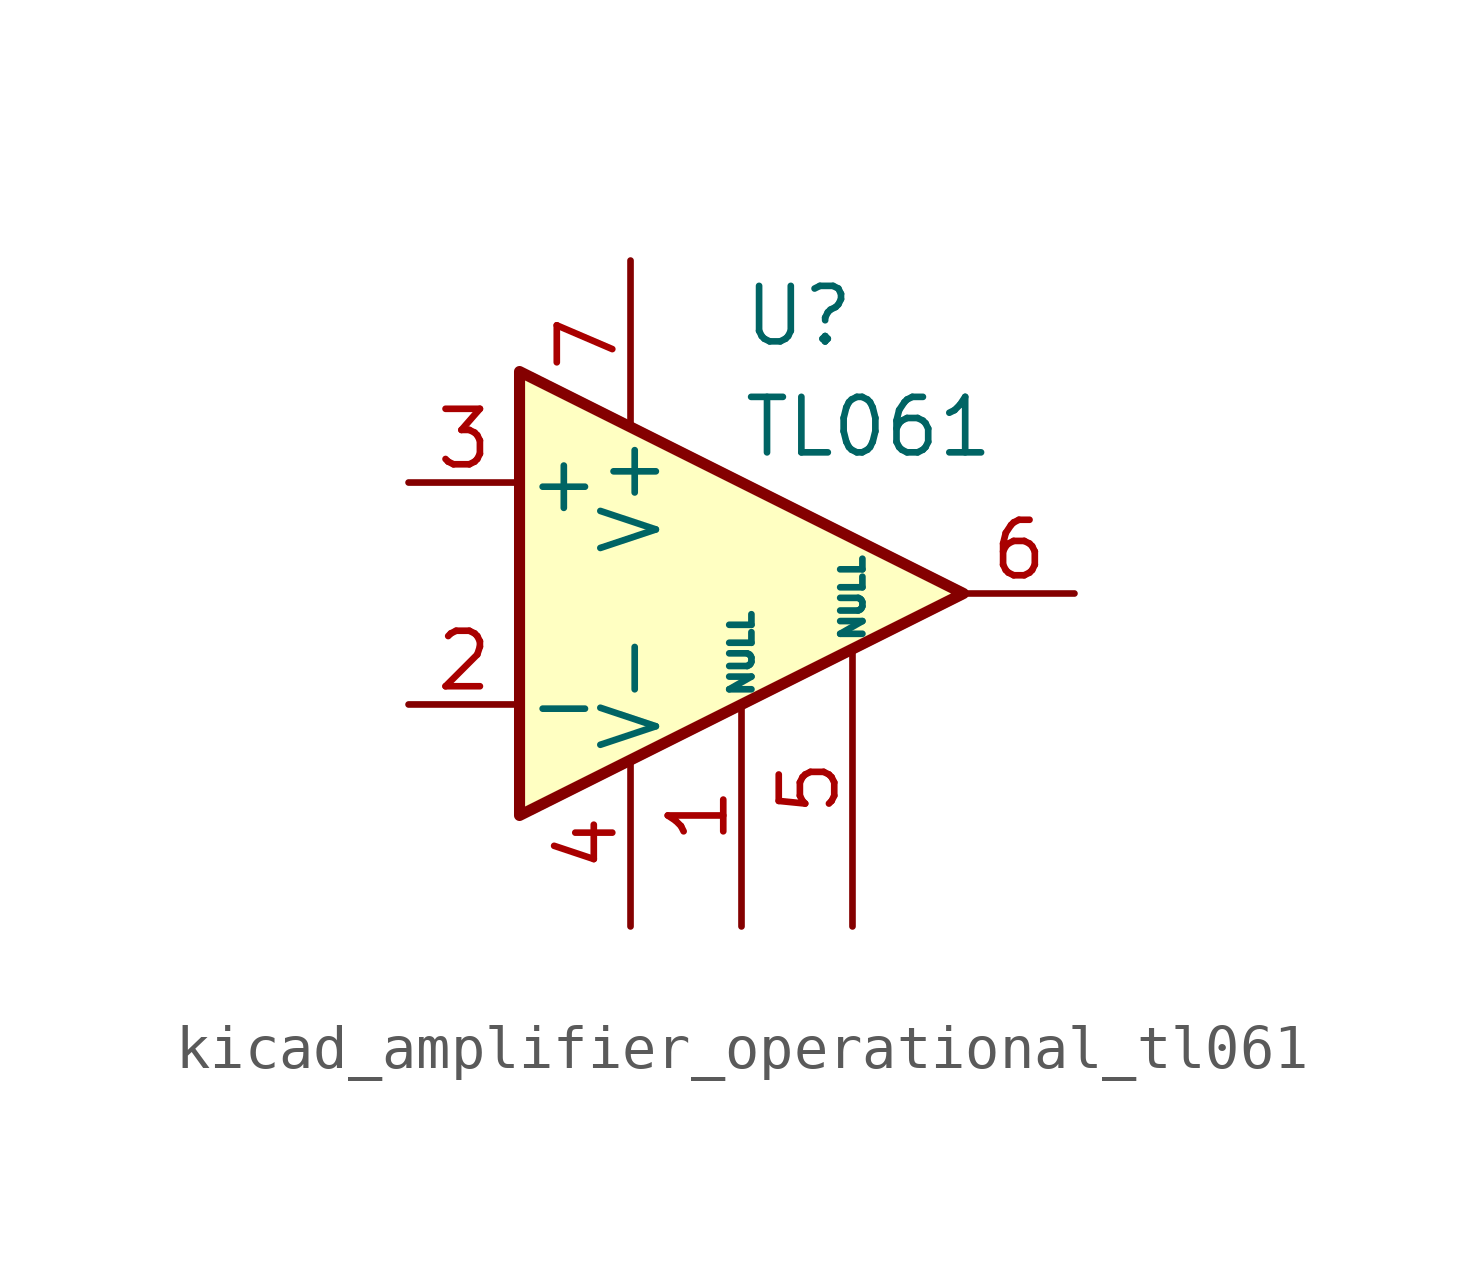
<source format=kicad_sym>
(kicad_symbol_lib
  (version 20220914)
  (generator kicad_symbol_editor)
  (symbol "kicad_amplifier_operational_tl061"
    (pin_names
      (offset 0.127))
    (property "Reference" "U"
      (at 0 6.35 0)
      (effects (font (size 1.27 1.27)) (justify left)))
    (property "Value" "TL061"
      (at 0 3.81 0)
      (effects (font (size 1.27 1.27)) (justify left)))
    (symbol "kicad_amplifier_operational_tl061_0_1"
      (polyline (pts (xy -5.08 5.08) (xy 5.08 0) (xy -5.08 -5.08) (xy -5.08 5.08)) (stroke (width 0.254) (type default)) (fill (type background))))
    (symbol "kicad_amplifier_operational_tl061_1_1"
      (pin input line (at 0 -7.62 90) (length 5.08) (name "NULL" (effects (font (size 0.508 0.508)))) (number "1" (effects (font (size 1.27 1.27)))))
      (pin input line (at -7.62 -2.54 0) (length 2.54) (name "-" (effects (font (size 1.27 1.27)))) (number "2" (effects (font (size 1.27 1.27)))))
      (pin input line (at -7.62 2.54 0) (length 2.54) (name "+" (effects (font (size 1.27 1.27)))) (number "3" (effects (font (size 1.27 1.27)))))
      (pin power_in line (at -2.54 -7.62 90) (length 3.81) (name "V-" (effects (font (size 1.27 1.27)))) (number "4" (effects (font (size 1.27 1.27)))))
      (pin input line (at 2.54 -7.62 90) (length 6.35) (name "NULL" (effects (font (size 0.508 0.508)))) (number "5" (effects (font (size 1.27 1.27)))))
      (pin output line (at 7.62 0 180) (length 2.54) (name "~" (effects (font (size 1.27 1.27)))) (number "6" (effects (font (size 1.27 1.27)))))
      (pin power_in line (at -2.54 7.62 270) (length 3.81) (name "V+" (effects (font (size 1.27 1.27)))) (number "7" (effects (font (size 1.27 1.27)))))
      (pin no_connect line (at 0 2.54 270) (length 2.54) hide (name "NC" (effects (font (size 1.27 1.27)))) (number "8" (effects (font (size 1.27 1.27))))))))
</source>
